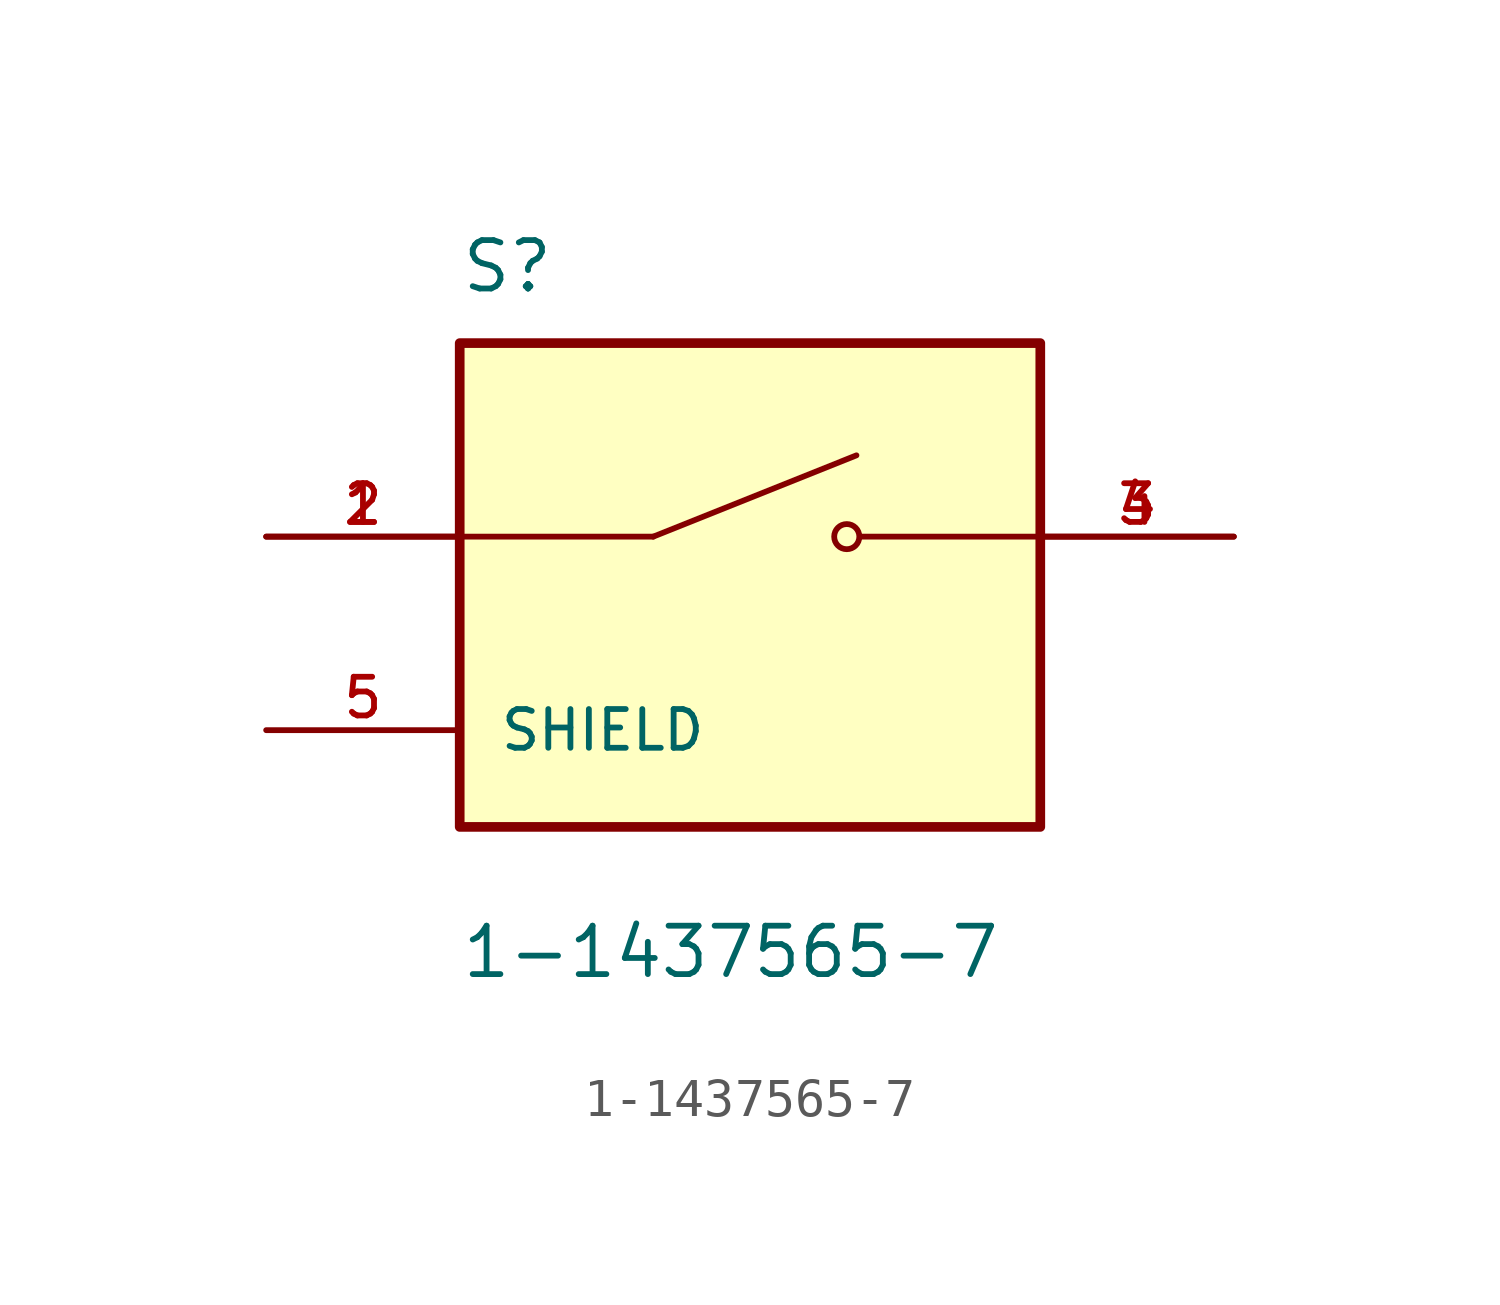
<source format=kicad_sym>
(kicad_symbol_lib
  (version 20211014)
  (generator kicad_symbol_editor)
  (symbol "1-1437565-7"
    (pin_names
      (offset 1.016))
    (property "Reference" "S"
      (at -7.62 6.35 0)
      (effects (font (size 1.27 1.27)) (justify left bottom)))
    (property "Value" "1-1437565-7"
      (at -7.62 -10.16 0)
      (effects (font (size 1.27 1.27)) (justify left top)))
    (symbol "1-1437565-7_0_0"
      (rectangle (start -7.62 -7.62) (end 7.62 5.08) (stroke (width 0.254) (type default) (color 0 0 0 0)) (fill (type background)))
      (polyline (pts (xy -2.54 0) (xy -7.62 0)) (stroke (width 0.152) (type default) (color 0 0 0 0)) (fill (type none)))
      (polyline (pts (xy -2.54 0) (xy 2.794 2.134)) (stroke (width 0.152) (type default) (color 0 0 0 0)) (fill (type none)))
      (polyline (pts (xy 7.62 0) (xy 2.921 0)) (stroke (width 0.152) (type default) (color 0 0 0 0)) (fill (type none)))
      (circle (center 2.54 0) (radius 0.33) (stroke (width 0.152) (type default) (color 0 0 0 0)) (fill (type none)))
      (pin passive line (at -12.7 0 0) (length 5.08) (name "~" (effects (font (size 1.016 1.016)))) (number "1" (effects (font (size 1.016 1.016)))))
      (pin passive line (at -12.7 0 0) (length 5.08) (name "~" (effects (font (size 1.016 1.016)))) (number "2" (effects (font (size 1.016 1.016)))))
      (pin passive line (at 12.7 0 180) (length 5.08) (name "~" (effects (font (size 1.016 1.016)))) (number "3" (effects (font (size 1.016 1.016)))))
      (pin passive line (at 12.7 0 180) (length 5.08) (name "~" (effects (font (size 1.016 1.016)))) (number "4" (effects (font (size 1.016 1.016)))))
      (pin passive line (at -12.7 -5.08 0) (length 5.08) (name "SHIELD" (effects (font (size 1.016 1.016)))) (number "5" (effects (font (size 1.016 1.016))))))))
</source>
